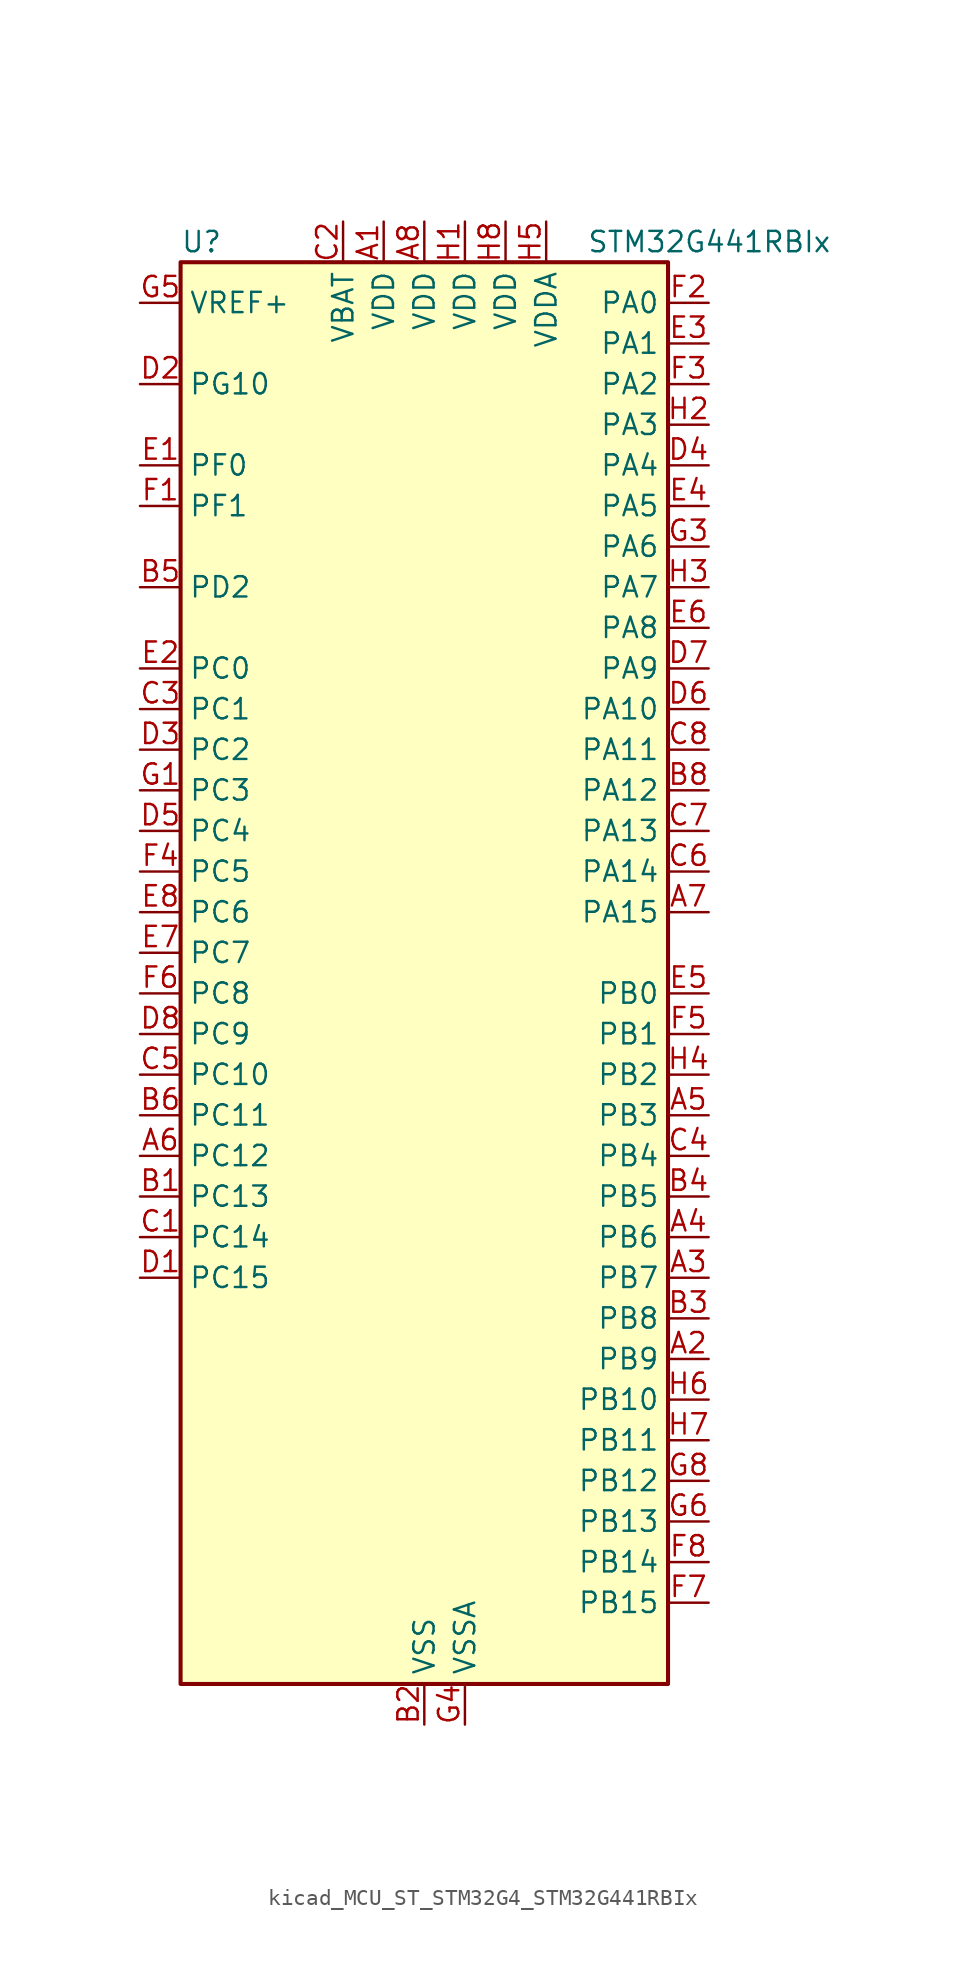
<source format=kicad_sym>
(kicad_symbol_lib
  (version 20220914)
  (generator kicad_symbol_editor)
  (symbol "kicad_MCU_ST_STM32G4_STM32G441RBIx"
    (property "Reference" "U"
      (at -15.24 46.99 0)
      (effects (font (size 1.27 1.27)) (justify left)))
    (property "Value" "STM32G441RBIx"
      (at 10.16 46.99 0)
      (effects (font (size 1.27 1.27)) (justify left)))
    (property "ki_locked" ""
      (at 0 0 0)
      (effects (font (size 1.27 1.27))))
    (symbol "kicad_MCU_ST_STM32G4_STM32G441RBIx_0_1"
      (rectangle (start -15.24 -43.18) (end 15.24 45.72) (stroke (width 0.254) (type default)) (fill (type background))))
    (symbol "kicad_MCU_ST_STM32G4_STM32G441RBIx_1_1"
      (pin power_in line (at -2.54 48.26 270) (length 2.54) (name "VDD" (effects (font (size 1.27 1.27)))) (number "A1" (effects (font (size 1.27 1.27)))))
      (pin bidirectional line (at 17.78 -22.86 180) (length 2.54) (name "PB9" (effects (font (size 1.27 1.27)))) (number "A2" (effects (font (size 1.27 1.27)))) (alternate "COMP2_OUT" bidirectional line) (alternate "DAC1_EXTI9" bidirectional line) (alternate "DAC3_EXTI9" bidirectional line) (alternate "FDCAN1_TX" bidirectional line) (alternate "I2C1_SDA" bidirectional line) (alternate "IR_OUT" bidirectional line) (alternate "SAI1_D2" bidirectional line) (alternate "SAI1_FS_A" bidirectional line) (alternate "TIM17_CH1" bidirectional line) (alternate "TIM1_CH3N" bidirectional line) (alternate "TIM4_CH4" bidirectional line) (alternate "TIM8_CH3" bidirectional line) (alternate "USART3_TX" bidirectional line))
      (pin bidirectional line (at 17.78 -17.78 180) (length 2.54) (name "PB7" (effects (font (size 1.27 1.27)))) (number "A3" (effects (font (size 1.27 1.27)))) (alternate "COMP3_OUT" bidirectional line) (alternate "I2C1_SDA" bidirectional line) (alternate "LPTIM1_IN2" bidirectional line) (alternate "SYS_PVD_IN" bidirectional line) (alternate "TIM17_CH1N" bidirectional line) (alternate "TIM3_CH4" bidirectional line) (alternate "TIM4_CH2" bidirectional line) (alternate "TIM8_BKIN" bidirectional line) (alternate "UART4_CTS" bidirectional line) (alternate "USART1_RX" bidirectional line))
      (pin bidirectional line (at 17.78 -15.24 180) (length 2.54) (name "PB6" (effects (font (size 1.27 1.27)))) (number "A4" (effects (font (size 1.27 1.27)))) (alternate "COMP4_OUT" bidirectional line) (alternate "LPTIM1_ETR" bidirectional line) (alternate "SAI1_FS_B" bidirectional line) (alternate "TIM16_CH1N" bidirectional line) (alternate "TIM4_CH1" bidirectional line) (alternate "TIM8_BKIN2" bidirectional line) (alternate "TIM8_CH1" bidirectional line) (alternate "TIM8_ETR" bidirectional line) (alternate "UCPD1_CC1" bidirectional line) (alternate "USART1_TX" bidirectional line))
      (pin bidirectional line (at 17.78 -7.62 180) (length 2.54) (name "PB3" (effects (font (size 1.27 1.27)))) (number "A5" (effects (font (size 1.27 1.27)))) (alternate "CRS_SYNC" bidirectional line) (alternate "I2S3_CK" bidirectional line) (alternate "SAI1_SCK_B" bidirectional line) (alternate "SPI1_SCK" bidirectional line) (alternate "SPI3_SCK" bidirectional line) (alternate "SYS_JTDO-SWO" bidirectional line) (alternate "TIM2_CH2" bidirectional line) (alternate "TIM3_ETR" bidirectional line) (alternate "TIM4_ETR" bidirectional line) (alternate "TIM8_CH1N" bidirectional line) (alternate "USART2_TX" bidirectional line))
      (pin bidirectional line (at -17.78 -10.16 0) (length 2.54) (name "PC12" (effects (font (size 1.27 1.27)))) (number "A6" (effects (font (size 1.27 1.27)))) (alternate "I2S3_SD" bidirectional line) (alternate "SPI3_MOSI" bidirectional line) (alternate "TIM8_CH3N" bidirectional line) (alternate "UCPD1_FRSTX1" bidirectional line) (alternate "UCPD1_FRSTX2" bidirectional line) (alternate "USART3_CK" bidirectional line))
      (pin bidirectional line (at 17.78 5.08 180) (length 2.54) (name "PA15" (effects (font (size 1.27 1.27)))) (number "A7" (effects (font (size 1.27 1.27)))) (alternate "ADC1_EXTI15" bidirectional line) (alternate "ADC2_EXTI15" bidirectional line) (alternate "I2C1_SCL" bidirectional line) (alternate "I2S3_WS" bidirectional line) (alternate "SPI1_NSS" bidirectional line) (alternate "SPI3_NSS" bidirectional line) (alternate "SYS_JTDI" bidirectional line) (alternate "TIM1_BKIN" bidirectional line) (alternate "TIM2_CH1" bidirectional line) (alternate "TIM2_ETR" bidirectional line) (alternate "TIM8_CH1" bidirectional line) (alternate "UART4_DE" bidirectional line) (alternate "UART4_RTS" bidirectional line) (alternate "USART2_RX" bidirectional line))
      (pin power_in line (at 0 48.26 270) (length 2.54) (name "VDD" (effects (font (size 1.27 1.27)))) (number "A8" (effects (font (size 1.27 1.27)))))
      (pin bidirectional line (at -17.78 -12.7 0) (length 2.54) (name "PC13" (effects (font (size 1.27 1.27)))) (number "B1" (effects (font (size 1.27 1.27)))) (alternate "RTC_OUT1" bidirectional line) (alternate "RTC_TAMP1" bidirectional line) (alternate "RTC_TS" bidirectional line) (alternate "SYS_WKUP2" bidirectional line) (alternate "TIM1_BKIN" bidirectional line) (alternate "TIM1_CH1N" bidirectional line) (alternate "TIM8_CH4N" bidirectional line))
      (pin power_in line (at 0 -45.72 90) (length 2.54) (name "VSS" (effects (font (size 1.27 1.27)))) (number "B2" (effects (font (size 1.27 1.27)))))
      (pin bidirectional line (at 17.78 -20.32 180) (length 2.54) (name "PB8" (effects (font (size 1.27 1.27)))) (number "B3" (effects (font (size 1.27 1.27)))) (alternate "COMP1_OUT" bidirectional line) (alternate "FDCAN1_RX" bidirectional line) (alternate "I2C1_SCL" bidirectional line) (alternate "SAI1_CK1" bidirectional line) (alternate "SAI1_MCLK_A" bidirectional line) (alternate "TIM16_CH1" bidirectional line) (alternate "TIM1_BKIN" bidirectional line) (alternate "TIM4_CH3" bidirectional line) (alternate "TIM8_CH2" bidirectional line) (alternate "USART3_RX" bidirectional line))
      (pin bidirectional line (at 17.78 -12.7 180) (length 2.54) (name "PB5" (effects (font (size 1.27 1.27)))) (number "B4" (effects (font (size 1.27 1.27)))) (alternate "I2C1_SMBA" bidirectional line) (alternate "I2C3_SDA" bidirectional line) (alternate "I2S3_SD" bidirectional line) (alternate "LPTIM1_IN1" bidirectional line) (alternate "SAI1_SD_B" bidirectional line) (alternate "SPI1_MOSI" bidirectional line) (alternate "SPI3_MOSI" bidirectional line) (alternate "TIM16_BKIN" bidirectional line) (alternate "TIM17_CH1" bidirectional line) (alternate "TIM3_CH2" bidirectional line) (alternate "TIM8_CH3N" bidirectional line) (alternate "USART2_CK" bidirectional line))
      (pin bidirectional line (at -17.78 25.4 0) (length 2.54) (name "PD2" (effects (font (size 1.27 1.27)))) (number "B5" (effects (font (size 1.27 1.27)))) (alternate "TIM3_ETR" bidirectional line) (alternate "TIM8_BKIN" bidirectional line))
      (pin bidirectional line (at -17.78 -7.62 0) (length 2.54) (name "PC11" (effects (font (size 1.27 1.27)))) (number "B6" (effects (font (size 1.27 1.27)))) (alternate "ADC1_EXTI11" bidirectional line) (alternate "ADC2_EXTI11" bidirectional line) (alternate "I2C3_SDA" bidirectional line) (alternate "SPI3_MISO" bidirectional line) (alternate "TIM8_CH2N" bidirectional line) (alternate "UART4_RX" bidirectional line) (alternate "USART3_RX" bidirectional line))
      (pin passive line (at 0 -45.72 90) (length 2.54) hide (name "VSS" (effects (font (size 1.27 1.27)))) (number "B7" (effects (font (size 1.27 1.27)))))
      (pin bidirectional line (at 17.78 12.7 180) (length 2.54) (name "PA12" (effects (font (size 1.27 1.27)))) (number "B8" (effects (font (size 1.27 1.27)))) (alternate "COMP2_OUT" bidirectional line) (alternate "FDCAN1_TX" bidirectional line) (alternate "I2S_CKIN" bidirectional line) (alternate "TIM16_CH1" bidirectional line) (alternate "TIM1_CH2N" bidirectional line) (alternate "TIM1_ETR" bidirectional line) (alternate "TIM4_CH2" bidirectional line) (alternate "USART1_DE" bidirectional line) (alternate "USART1_RTS" bidirectional line) (alternate "USB_DP" bidirectional line))
      (pin bidirectional line (at -17.78 -15.24 0) (length 2.54) (name "PC14" (effects (font (size 1.27 1.27)))) (number "C1" (effects (font (size 1.27 1.27)))) (alternate "RCC_OSC32_IN" bidirectional line))
      (pin power_in line (at -5.08 48.26 270) (length 2.54) (name "VBAT" (effects (font (size 1.27 1.27)))) (number "C2" (effects (font (size 1.27 1.27)))))
      (pin bidirectional line (at -17.78 17.78 0) (length 2.54) (name "PC1" (effects (font (size 1.27 1.27)))) (number "C3" (effects (font (size 1.27 1.27)))) (alternate "ADC1_IN7" bidirectional line) (alternate "ADC2_IN7" bidirectional line) (alternate "COMP3_INP" bidirectional line) (alternate "LPTIM1_OUT" bidirectional line) (alternate "LPUART1_TX" bidirectional line) (alternate "SAI1_SD_A" bidirectional line) (alternate "TIM1_CH2" bidirectional line))
      (pin bidirectional line (at 17.78 -10.16 180) (length 2.54) (name "PB4" (effects (font (size 1.27 1.27)))) (number "C4" (effects (font (size 1.27 1.27)))) (alternate "SAI1_MCLK_B" bidirectional line) (alternate "SPI1_MISO" bidirectional line) (alternate "SPI3_MISO" bidirectional line) (alternate "SYS_JTRST" bidirectional line) (alternate "TIM16_CH1" bidirectional line) (alternate "TIM17_BKIN" bidirectional line) (alternate "TIM3_CH1" bidirectional line) (alternate "TIM8_CH2N" bidirectional line) (alternate "UCPD1_CC2" bidirectional line) (alternate "USART2_RX" bidirectional line))
      (pin bidirectional line (at -17.78 -5.08 0) (length 2.54) (name "PC10" (effects (font (size 1.27 1.27)))) (number "C5" (effects (font (size 1.27 1.27)))) (alternate "DAC1_EXTI10" bidirectional line) (alternate "DAC3_EXTI10" bidirectional line) (alternate "I2S3_CK" bidirectional line) (alternate "SPI3_SCK" bidirectional line) (alternate "TIM8_CH1N" bidirectional line) (alternate "UART4_TX" bidirectional line) (alternate "USART3_TX" bidirectional line))
      (pin bidirectional line (at 17.78 7.62 180) (length 2.54) (name "PA14" (effects (font (size 1.27 1.27)))) (number "C6" (effects (font (size 1.27 1.27)))) (alternate "I2C1_SDA" bidirectional line) (alternate "LPTIM1_OUT" bidirectional line) (alternate "SAI1_FS_B" bidirectional line) (alternate "SYS_JTCK-SWCLK" bidirectional line) (alternate "TIM1_BKIN" bidirectional line) (alternate "TIM8_CH2" bidirectional line) (alternate "USART2_TX" bidirectional line))
      (pin bidirectional line (at 17.78 10.16 180) (length 2.54) (name "PA13" (effects (font (size 1.27 1.27)))) (number "C7" (effects (font (size 1.27 1.27)))) (alternate "I2C1_SCL" bidirectional line) (alternate "IR_OUT" bidirectional line) (alternate "SAI1_SD_B" bidirectional line) (alternate "SYS_JTMS-SWDIO" bidirectional line) (alternate "TIM16_CH1N" bidirectional line) (alternate "TIM4_CH3" bidirectional line) (alternate "USART3_CTS" bidirectional line) (alternate "USART3_NSS" bidirectional line))
      (pin bidirectional line (at 17.78 15.24 180) (length 2.54) (name "PA11" (effects (font (size 1.27 1.27)))) (number "C8" (effects (font (size 1.27 1.27)))) (alternate "ADC1_EXTI11" bidirectional line) (alternate "ADC2_EXTI11" bidirectional line) (alternate "COMP1_OUT" bidirectional line) (alternate "FDCAN1_RX" bidirectional line) (alternate "I2S2_SD" bidirectional line) (alternate "SPI2_MOSI" bidirectional line) (alternate "TIM1_BKIN2" bidirectional line) (alternate "TIM1_CH1N" bidirectional line) (alternate "TIM1_CH4" bidirectional line) (alternate "TIM4_CH1" bidirectional line) (alternate "USART1_CTS" bidirectional line) (alternate "USART1_NSS" bidirectional line) (alternate "USB_DM" bidirectional line))
      (pin bidirectional line (at -17.78 -17.78 0) (length 2.54) (name "PC15" (effects (font (size 1.27 1.27)))) (number "D1" (effects (font (size 1.27 1.27)))) (alternate "ADC1_EXTI15" bidirectional line) (alternate "ADC2_EXTI15" bidirectional line) (alternate "RCC_OSC32_OUT" bidirectional line))
      (pin bidirectional line (at -17.78 38.1 0) (length 2.54) (name "PG10" (effects (font (size 1.27 1.27)))) (number "D2" (effects (font (size 1.27 1.27)))) (alternate "DAC1_EXTI10" bidirectional line) (alternate "DAC3_EXTI10" bidirectional line) (alternate "RCC_MCO" bidirectional line))
      (pin bidirectional line (at -17.78 15.24 0) (length 2.54) (name "PC2" (effects (font (size 1.27 1.27)))) (number "D3" (effects (font (size 1.27 1.27)))) (alternate "ADC1_IN8" bidirectional line) (alternate "ADC2_IN8" bidirectional line) (alternate "COMP3_OUT" bidirectional line) (alternate "LPTIM1_IN2" bidirectional line) (alternate "TIM1_CH3" bidirectional line))
      (pin bidirectional line (at 17.78 33.02 180) (length 2.54) (name "PA4" (effects (font (size 1.27 1.27)))) (number "D4" (effects (font (size 1.27 1.27)))) (alternate "ADC2_IN17" bidirectional line) (alternate "COMP1_INM" bidirectional line) (alternate "DAC1_OUT1" bidirectional line) (alternate "I2S3_WS" bidirectional line) (alternate "SAI1_FS_B" bidirectional line) (alternate "SPI1_NSS" bidirectional line) (alternate "SPI3_NSS" bidirectional line) (alternate "TIM3_CH2" bidirectional line) (alternate "USART2_CK" bidirectional line))
      (pin bidirectional line (at -17.78 10.16 0) (length 2.54) (name "PC4" (effects (font (size 1.27 1.27)))) (number "D5" (effects (font (size 1.27 1.27)))) (alternate "ADC2_IN5" bidirectional line) (alternate "I2C2_SCL" bidirectional line) (alternate "TIM1_ETR" bidirectional line) (alternate "USART1_TX" bidirectional line))
      (pin bidirectional line (at 17.78 17.78 180) (length 2.54) (name "PA10" (effects (font (size 1.27 1.27)))) (number "D6" (effects (font (size 1.27 1.27)))) (alternate "CRS_SYNC" bidirectional line) (alternate "DAC1_EXTI10" bidirectional line) (alternate "DAC3_EXTI10" bidirectional line) (alternate "I2C2_SMBA" bidirectional line) (alternate "SAI1_D1" bidirectional line) (alternate "SAI1_SD_A" bidirectional line) (alternate "SPI2_MISO" bidirectional line) (alternate "TIM17_BKIN" bidirectional line) (alternate "TIM1_CH3" bidirectional line) (alternate "TIM2_CH4" bidirectional line) (alternate "TIM8_BKIN" bidirectional line) (alternate "UCPD1_DBCC2" bidirectional line) (alternate "USART1_RX" bidirectional line))
      (pin bidirectional line (at 17.78 20.32 180) (length 2.54) (name "PA9" (effects (font (size 1.27 1.27)))) (number "D7" (effects (font (size 1.27 1.27)))) (alternate "DAC1_EXTI9" bidirectional line) (alternate "DAC3_EXTI9" bidirectional line) (alternate "I2C2_SCL" bidirectional line) (alternate "I2C3_SMBA" bidirectional line) (alternate "I2S3_MCK" bidirectional line) (alternate "SAI1_FS_A" bidirectional line) (alternate "TIM15_BKIN" bidirectional line) (alternate "TIM1_CH2" bidirectional line) (alternate "TIM2_CH3" bidirectional line) (alternate "UCPD1_DBCC1" bidirectional line) (alternate "USART1_TX" bidirectional line))
      (pin bidirectional line (at -17.78 -2.54 0) (length 2.54) (name "PC9" (effects (font (size 1.27 1.27)))) (number "D8" (effects (font (size 1.27 1.27)))) (alternate "DAC1_EXTI9" bidirectional line) (alternate "DAC3_EXTI9" bidirectional line) (alternate "I2C3_SDA" bidirectional line) (alternate "I2S_CKIN" bidirectional line) (alternate "TIM3_CH4" bidirectional line) (alternate "TIM8_BKIN2" bidirectional line) (alternate "TIM8_CH4" bidirectional line))
      (pin bidirectional line (at -17.78 33.02 0) (length 2.54) (name "PF0" (effects (font (size 1.27 1.27)))) (number "E1" (effects (font (size 1.27 1.27)))) (alternate "ADC1_IN10" bidirectional line) (alternate "I2C2_SDA" bidirectional line) (alternate "I2S2_WS" bidirectional line) (alternate "RCC_OSC_IN" bidirectional line) (alternate "SPI2_NSS" bidirectional line) (alternate "TIM1_CH3N" bidirectional line))
      (pin bidirectional line (at -17.78 20.32 0) (length 2.54) (name "PC0" (effects (font (size 1.27 1.27)))) (number "E2" (effects (font (size 1.27 1.27)))) (alternate "ADC1_IN6" bidirectional line) (alternate "ADC2_IN6" bidirectional line) (alternate "COMP3_INM" bidirectional line) (alternate "LPTIM1_IN1" bidirectional line) (alternate "LPUART1_RX" bidirectional line) (alternate "TIM1_CH1" bidirectional line))
      (pin bidirectional line (at 17.78 40.64 180) (length 2.54) (name "PA1" (effects (font (size 1.27 1.27)))) (number "E3" (effects (font (size 1.27 1.27)))) (alternate "ADC1_IN2" bidirectional line) (alternate "ADC2_IN2" bidirectional line) (alternate "COMP1_INP" bidirectional line) (alternate "OPAMP1_VINP" bidirectional line) (alternate "OPAMP1_VINP_SEC" bidirectional line) (alternate "OPAMP3_VINP" bidirectional line) (alternate "OPAMP3_VINP_SEC" bidirectional line) (alternate "RTC_REFIN" bidirectional line) (alternate "TIM15_CH1N" bidirectional line) (alternate "TIM2_CH2" bidirectional line) (alternate "USART2_DE" bidirectional line) (alternate "USART2_RTS" bidirectional line))
      (pin bidirectional line (at 17.78 30.48 180) (length 2.54) (name "PA5" (effects (font (size 1.27 1.27)))) (number "E4" (effects (font (size 1.27 1.27)))) (alternate "ADC2_IN13" bidirectional line) (alternate "COMP2_INM" bidirectional line) (alternate "DAC1_OUT2" bidirectional line) (alternate "OPAMP2_VINM" bidirectional line) (alternate "OPAMP2_VINM0" bidirectional line) (alternate "OPAMP2_VINM_SEC" bidirectional line) (alternate "SPI1_SCK" bidirectional line) (alternate "TIM2_CH1" bidirectional line) (alternate "TIM2_ETR" bidirectional line) (alternate "UCPD1_FRSTX1" bidirectional line) (alternate "UCPD1_FRSTX2" bidirectional line))
      (pin bidirectional line (at 17.78 0 180) (length 2.54) (name "PB0" (effects (font (size 1.27 1.27)))) (number "E5" (effects (font (size 1.27 1.27)))) (alternate "ADC1_IN15" bidirectional line) (alternate "COMP4_INP" bidirectional line) (alternate "OPAMP2_VINP" bidirectional line) (alternate "OPAMP2_VINP_SEC" bidirectional line) (alternate "OPAMP3_VINP" bidirectional line) (alternate "OPAMP3_VINP_SEC" bidirectional line) (alternate "TIM1_CH2N" bidirectional line) (alternate "TIM3_CH3" bidirectional line) (alternate "TIM8_CH2N" bidirectional line) (alternate "UCPD1_FRSTX1" bidirectional line) (alternate "UCPD1_FRSTX2" bidirectional line))
      (pin bidirectional line (at 17.78 22.86 180) (length 2.54) (name "PA8" (effects (font (size 1.27 1.27)))) (number "E6" (effects (font (size 1.27 1.27)))) (alternate "I2C2_SDA" bidirectional line) (alternate "I2C3_SCL" bidirectional line) (alternate "I2S2_MCK" bidirectional line) (alternate "RCC_MCO" bidirectional line) (alternate "SAI1_CK2" bidirectional line) (alternate "SAI1_SCK_A" bidirectional line) (alternate "TIM1_CH1" bidirectional line) (alternate "TIM4_ETR" bidirectional line) (alternate "USART1_CK" bidirectional line))
      (pin bidirectional line (at -17.78 2.54 0) (length 2.54) (name "PC7" (effects (font (size 1.27 1.27)))) (number "E7" (effects (font (size 1.27 1.27)))) (alternate "I2S3_MCK" bidirectional line) (alternate "TIM3_CH2" bidirectional line) (alternate "TIM8_CH2" bidirectional line))
      (pin bidirectional line (at -17.78 5.08 0) (length 2.54) (name "PC6" (effects (font (size 1.27 1.27)))) (number "E8" (effects (font (size 1.27 1.27)))) (alternate "I2S2_MCK" bidirectional line) (alternate "TIM3_CH1" bidirectional line) (alternate "TIM8_CH1" bidirectional line))
      (pin bidirectional line (at -17.78 30.48 0) (length 2.54) (name "PF1" (effects (font (size 1.27 1.27)))) (number "F1" (effects (font (size 1.27 1.27)))) (alternate "ADC2_IN10" bidirectional line) (alternate "COMP3_INM" bidirectional line) (alternate "I2S2_CK" bidirectional line) (alternate "RCC_OSC_OUT" bidirectional line) (alternate "SPI2_SCK" bidirectional line))
      (pin bidirectional line (at 17.78 43.18 180) (length 2.54) (name "PA0" (effects (font (size 1.27 1.27)))) (number "F2" (effects (font (size 1.27 1.27)))) (alternate "ADC1_IN1" bidirectional line) (alternate "ADC2_IN1" bidirectional line) (alternate "COMP1_INM" bidirectional line) (alternate "COMP1_OUT" bidirectional line) (alternate "COMP3_INP" bidirectional line) (alternate "RTC_TAMP2" bidirectional line) (alternate "SYS_WKUP1" bidirectional line) (alternate "TIM2_CH1" bidirectional line) (alternate "TIM2_ETR" bidirectional line) (alternate "TIM8_BKIN" bidirectional line) (alternate "TIM8_ETR" bidirectional line) (alternate "USART2_CTS" bidirectional line) (alternate "USART2_NSS" bidirectional line))
      (pin bidirectional line (at 17.78 38.1 180) (length 2.54) (name "PA2" (effects (font (size 1.27 1.27)))) (number "F3" (effects (font (size 1.27 1.27)))) (alternate "ADC1_IN3" bidirectional line) (alternate "COMP2_INM" bidirectional line) (alternate "COMP2_OUT" bidirectional line) (alternate "LPUART1_TX" bidirectional line) (alternate "OPAMP1_VOUT" bidirectional line) (alternate "RCC_LSCO" bidirectional line) (alternate "SYS_WKUP4" bidirectional line) (alternate "TIM15_CH1" bidirectional line) (alternate "TIM2_CH3" bidirectional line) (alternate "UCPD1_FRSTX1" bidirectional line) (alternate "UCPD1_FRSTX2" bidirectional line) (alternate "USART2_TX" bidirectional line))
      (pin bidirectional line (at -17.78 7.62 0) (length 2.54) (name "PC5" (effects (font (size 1.27 1.27)))) (number "F4" (effects (font (size 1.27 1.27)))) (alternate "ADC2_IN11" bidirectional line) (alternate "OPAMP1_VINM" bidirectional line) (alternate "OPAMP1_VINM1" bidirectional line) (alternate "OPAMP1_VINM_SEC" bidirectional line) (alternate "OPAMP2_VINM" bidirectional line) (alternate "OPAMP2_VINM1" bidirectional line) (alternate "OPAMP2_VINM_SEC" bidirectional line) (alternate "SAI1_D3" bidirectional line) (alternate "SYS_WKUP5" bidirectional line) (alternate "TIM15_BKIN" bidirectional line) (alternate "TIM1_CH4N" bidirectional line) (alternate "USART1_RX" bidirectional line))
      (pin bidirectional line (at 17.78 -2.54 180) (length 2.54) (name "PB1" (effects (font (size 1.27 1.27)))) (number "F5" (effects (font (size 1.27 1.27)))) (alternate "ADC1_IN12" bidirectional line) (alternate "COMP1_INP" bidirectional line) (alternate "COMP4_OUT" bidirectional line) (alternate "LPUART1_DE" bidirectional line) (alternate "LPUART1_RTS" bidirectional line) (alternate "OPAMP3_VOUT" bidirectional line) (alternate "TIM1_CH3N" bidirectional line) (alternate "TIM3_CH4" bidirectional line) (alternate "TIM8_CH3N" bidirectional line))
      (pin bidirectional line (at -17.78 0 0) (length 2.54) (name "PC8" (effects (font (size 1.27 1.27)))) (number "F6" (effects (font (size 1.27 1.27)))) (alternate "I2C3_SCL" bidirectional line) (alternate "TIM3_CH3" bidirectional line) (alternate "TIM8_CH3" bidirectional line))
      (pin bidirectional line (at 17.78 -38.1 180) (length 2.54) (name "PB15" (effects (font (size 1.27 1.27)))) (number "F7" (effects (font (size 1.27 1.27)))) (alternate "ADC1_EXTI15" bidirectional line) (alternate "ADC2_EXTI15" bidirectional line) (alternate "ADC2_IN15" bidirectional line) (alternate "COMP3_OUT" bidirectional line) (alternate "I2S2_SD" bidirectional line) (alternate "RTC_REFIN" bidirectional line) (alternate "SPI2_MOSI" bidirectional line) (alternate "TIM15_CH1N" bidirectional line) (alternate "TIM15_CH2" bidirectional line) (alternate "TIM1_CH3N" bidirectional line))
      (pin bidirectional line (at 17.78 -35.56 180) (length 2.54) (name "PB14" (effects (font (size 1.27 1.27)))) (number "F8" (effects (font (size 1.27 1.27)))) (alternate "ADC1_IN5" bidirectional line) (alternate "COMP4_OUT" bidirectional line) (alternate "OPAMP2_VINP" bidirectional line) (alternate "OPAMP2_VINP_SEC" bidirectional line) (alternate "SPI2_MISO" bidirectional line) (alternate "TIM15_CH1" bidirectional line) (alternate "TIM1_CH2N" bidirectional line) (alternate "USART3_DE" bidirectional line) (alternate "USART3_RTS" bidirectional line))
      (pin bidirectional line (at -17.78 12.7 0) (length 2.54) (name "PC3" (effects (font (size 1.27 1.27)))) (number "G1" (effects (font (size 1.27 1.27)))) (alternate "ADC1_IN9" bidirectional line) (alternate "ADC2_IN9" bidirectional line) (alternate "LPTIM1_ETR" bidirectional line) (alternate "SAI1_D1" bidirectional line) (alternate "SAI1_SD_A" bidirectional line) (alternate "TIM1_BKIN2" bidirectional line) (alternate "TIM1_CH4" bidirectional line))
      (pin passive line (at 0 -45.72 90) (length 2.54) hide (name "VSS" (effects (font (size 1.27 1.27)))) (number "G2" (effects (font (size 1.27 1.27)))))
      (pin bidirectional line (at 17.78 27.94 180) (length 2.54) (name "PA6" (effects (font (size 1.27 1.27)))) (number "G3" (effects (font (size 1.27 1.27)))) (alternate "ADC2_IN3" bidirectional line) (alternate "COMP1_OUT" bidirectional line) (alternate "LPUART1_CTS" bidirectional line) (alternate "OPAMP2_VOUT" bidirectional line) (alternate "SPI1_MISO" bidirectional line) (alternate "TIM16_CH1" bidirectional line) (alternate "TIM1_BKIN" bidirectional line) (alternate "TIM3_CH1" bidirectional line) (alternate "TIM8_BKIN" bidirectional line))
      (pin power_in line (at 2.54 -45.72 90) (length 2.54) (name "VSSA" (effects (font (size 1.27 1.27)))) (number "G4" (effects (font (size 1.27 1.27)))))
      (pin input line (at -17.78 43.18 0) (length 2.54) (name "VREF+" (effects (font (size 1.27 1.27)))) (number "G5" (effects (font (size 1.27 1.27)))) (alternate "VREFBUF_OUT" bidirectional line))
      (pin bidirectional line (at 17.78 -33.02 180) (length 2.54) (name "PB13" (effects (font (size 1.27 1.27)))) (number "G6" (effects (font (size 1.27 1.27)))) (alternate "I2S2_CK" bidirectional line) (alternate "LPUART1_CTS" bidirectional line) (alternate "OPAMP3_VINP" bidirectional line) (alternate "OPAMP3_VINP_SEC" bidirectional line) (alternate "SPI2_SCK" bidirectional line) (alternate "TIM1_CH1N" bidirectional line) (alternate "USART3_CTS" bidirectional line) (alternate "USART3_NSS" bidirectional line))
      (pin passive line (at 0 -45.72 90) (length 2.54) hide (name "VSS" (effects (font (size 1.27 1.27)))) (number "G7" (effects (font (size 1.27 1.27)))))
      (pin bidirectional line (at 17.78 -30.48 180) (length 2.54) (name "PB12" (effects (font (size 1.27 1.27)))) (number "G8" (effects (font (size 1.27 1.27)))) (alternate "ADC1_IN11" bidirectional line) (alternate "I2C2_SMBA" bidirectional line) (alternate "I2S2_WS" bidirectional line) (alternate "LPUART1_DE" bidirectional line) (alternate "LPUART1_RTS" bidirectional line) (alternate "SPI2_NSS" bidirectional line) (alternate "TIM1_BKIN" bidirectional line) (alternate "USART3_CK" bidirectional line))
      (pin power_in line (at 2.54 48.26 270) (length 2.54) (name "VDD" (effects (font (size 1.27 1.27)))) (number "H1" (effects (font (size 1.27 1.27)))))
      (pin bidirectional line (at 17.78 35.56 180) (length 2.54) (name "PA3" (effects (font (size 1.27 1.27)))) (number "H2" (effects (font (size 1.27 1.27)))) (alternate "ADC1_IN4" bidirectional line) (alternate "COMP2_INP" bidirectional line) (alternate "LPUART1_RX" bidirectional line) (alternate "OPAMP1_VINM" bidirectional line) (alternate "OPAMP1_VINM0" bidirectional line) (alternate "OPAMP1_VINM_SEC" bidirectional line) (alternate "OPAMP1_VINP" bidirectional line) (alternate "OPAMP1_VINP_SEC" bidirectional line) (alternate "SAI1_CK1" bidirectional line) (alternate "SAI1_MCLK_A" bidirectional line) (alternate "TIM15_CH2" bidirectional line) (alternate "TIM2_CH4" bidirectional line) (alternate "USART2_RX" bidirectional line))
      (pin bidirectional line (at 17.78 25.4 180) (length 2.54) (name "PA7" (effects (font (size 1.27 1.27)))) (number "H3" (effects (font (size 1.27 1.27)))) (alternate "ADC2_IN4" bidirectional line) (alternate "COMP2_INP" bidirectional line) (alternate "COMP2_OUT" bidirectional line) (alternate "OPAMP1_VINP" bidirectional line) (alternate "OPAMP1_VINP_SEC" bidirectional line) (alternate "OPAMP2_VINP" bidirectional line) (alternate "OPAMP2_VINP_SEC" bidirectional line) (alternate "SPI1_MOSI" bidirectional line) (alternate "TIM17_CH1" bidirectional line) (alternate "TIM1_CH1N" bidirectional line) (alternate "TIM3_CH2" bidirectional line) (alternate "TIM8_CH1N" bidirectional line) (alternate "UCPD1_FRSTX1" bidirectional line) (alternate "UCPD1_FRSTX2" bidirectional line))
      (pin bidirectional line (at 17.78 -5.08 180) (length 2.54) (name "PB2" (effects (font (size 1.27 1.27)))) (number "H4" (effects (font (size 1.27 1.27)))) (alternate "ADC2_IN12" bidirectional line) (alternate "COMP4_INM" bidirectional line) (alternate "I2C3_SMBA" bidirectional line) (alternate "LPTIM1_OUT" bidirectional line) (alternate "OPAMP3_VINM" bidirectional line) (alternate "OPAMP3_VINM0" bidirectional line) (alternate "OPAMP3_VINM_SEC" bidirectional line) (alternate "RTC_OUT2" bidirectional line))
      (pin power_in line (at 7.62 48.26 270) (length 2.54) (name "VDDA" (effects (font (size 1.27 1.27)))) (number "H5" (effects (font (size 1.27 1.27)))))
      (pin bidirectional line (at 17.78 -25.4 180) (length 2.54) (name "PB10" (effects (font (size 1.27 1.27)))) (number "H6" (effects (font (size 1.27 1.27)))) (alternate "DAC1_EXTI10" bidirectional line) (alternate "DAC3_EXTI10" bidirectional line) (alternate "LPUART1_RX" bidirectional line) (alternate "OPAMP3_VINM" bidirectional line) (alternate "OPAMP3_VINM1" bidirectional line) (alternate "OPAMP3_VINM_SEC" bidirectional line) (alternate "SAI1_SCK_A" bidirectional line) (alternate "TIM1_BKIN" bidirectional line) (alternate "TIM2_CH3" bidirectional line) (alternate "USART3_TX" bidirectional line))
      (pin bidirectional line (at 17.78 -27.94 180) (length 2.54) (name "PB11" (effects (font (size 1.27 1.27)))) (number "H7" (effects (font (size 1.27 1.27)))) (alternate "ADC1_EXTI11" bidirectional line) (alternate "ADC1_IN14" bidirectional line) (alternate "ADC2_EXTI11" bidirectional line) (alternate "ADC2_IN14" bidirectional line) (alternate "LPUART1_TX" bidirectional line) (alternate "TIM2_CH4" bidirectional line) (alternate "USART3_RX" bidirectional line))
      (pin power_in line (at 5.08 48.26 270) (length 2.54) (name "VDD" (effects (font (size 1.27 1.27)))) (number "H8" (effects (font (size 1.27 1.27))))))))
</source>
